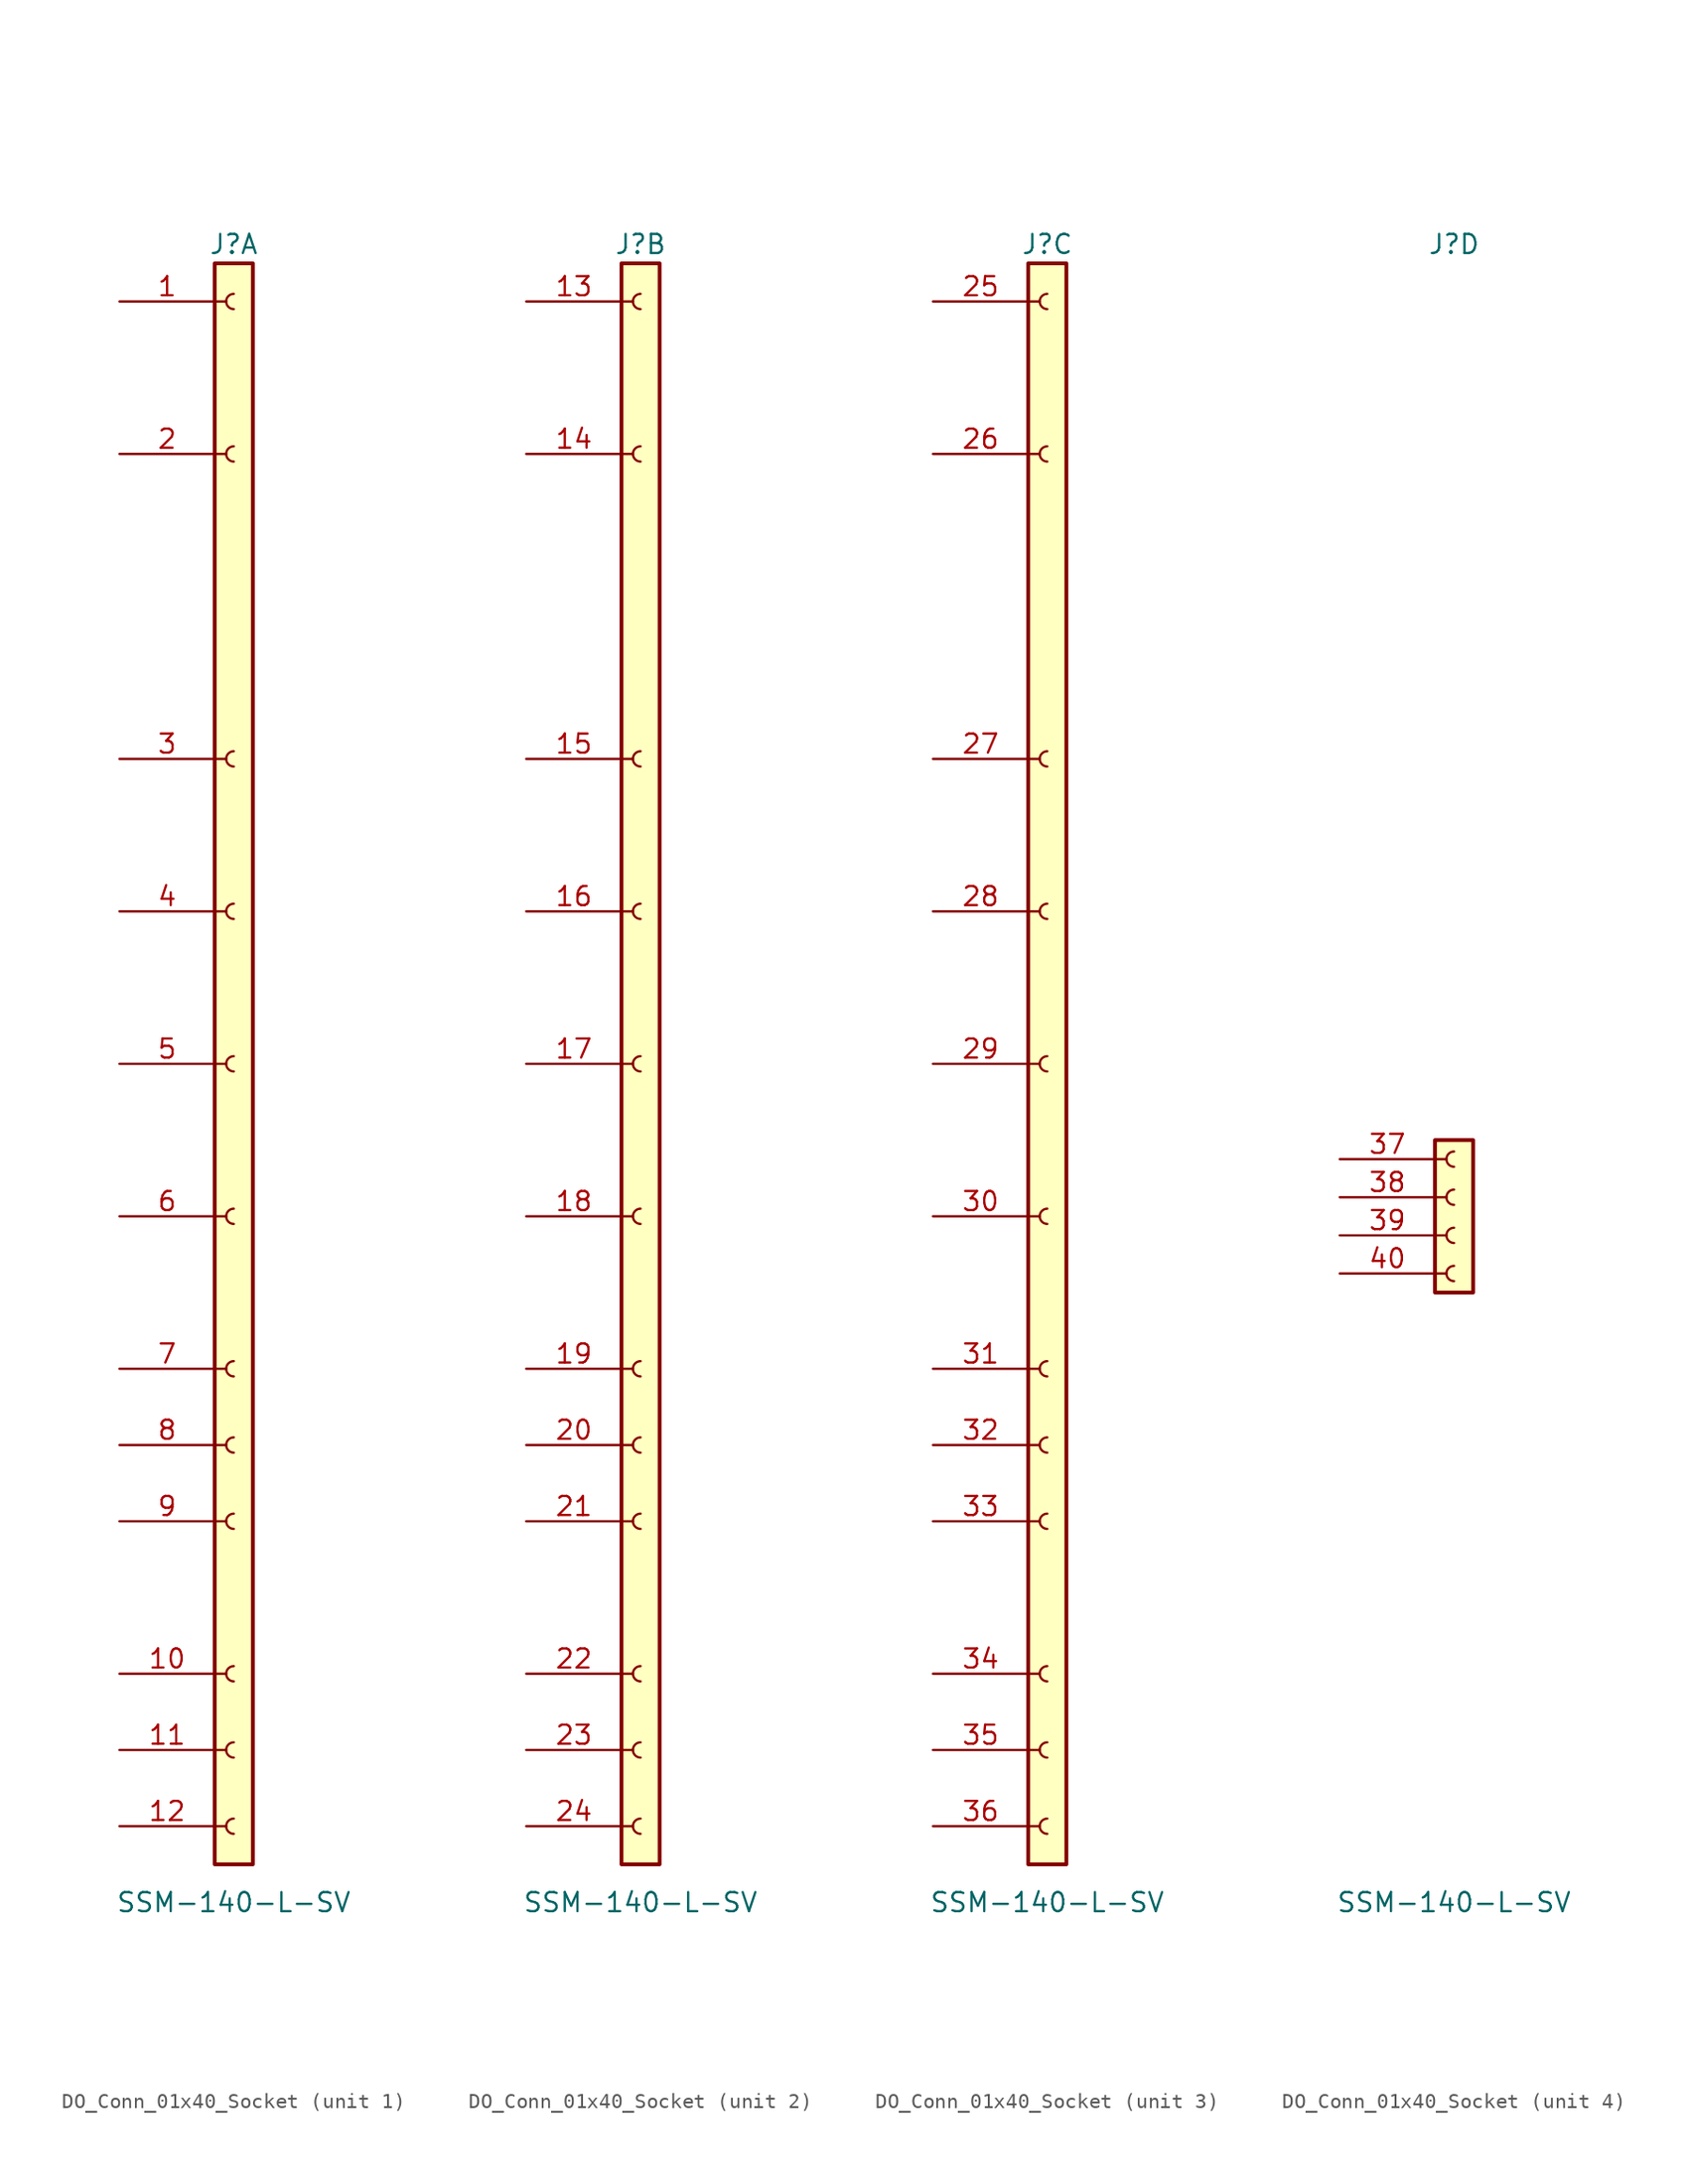
<source format=kicad_sym>
(kicad_symbol_lib
  (version 20220914)
  (generator kicad_symbol_editor)
  (symbol "DO_Conn_01x40_Socket"
    (pin_names
      (offset 1.016) hide)
    (property "Reference" "J"
      (at 0 64.77 0)
      (effects (font (size 1.27 1.27))))
    (property "Value" "SSM-140-L-SV"
      (at 0 -45.72 0)
      (effects (font (size 1.27 1.27))))
    (property "ki_locked" ""
      (at 0 0 0)
      (effects (font (size 1.27 1.27))))
    (symbol "DO_Conn_01x40_Socket_1_1"
      (rectangle (start -1.27 63.5) (end 1.27 -43.18) (stroke (width 0.254) (type default)) (fill (type background)))
      (arc (start 0 -40.132) (mid -0.5058 -40.64) (end 0 -41.148) (stroke (width 0.1524) (type default)) (fill (type none)))
      (arc (start 0 -35.052) (mid -0.5058 -35.56) (end 0 -36.068) (stroke (width 0.1524) (type default)) (fill (type none)))
      (arc (start 0 -29.972) (mid -0.5058 -30.48) (end 0 -30.988) (stroke (width 0.1524) (type default)) (fill (type none)))
      (arc (start 0 -19.812) (mid -0.5058 -20.32) (end 0 -20.828) (stroke (width 0.1524) (type default)) (fill (type none)))
      (arc (start 0 -14.732) (mid -0.5058 -15.24) (end 0 -15.748) (stroke (width 0.1524) (type default)) (fill (type none)))
      (arc (start 0 -9.652) (mid -0.5058 -10.16) (end 0 -10.668) (stroke (width 0.1524) (type default)) (fill (type none)))
      (polyline (pts (xy -1.27 -40.64) (xy -0.508 -40.64)) (stroke (width 0.152) (type default)) (fill (type none)))
      (polyline (pts (xy -1.27 -35.56) (xy -0.508 -35.56)) (stroke (width 0.152) (type default)) (fill (type none)))
      (polyline (pts (xy -1.27 -30.48) (xy -0.508 -30.48)) (stroke (width 0.152) (type default)) (fill (type none)))
      (polyline (pts (xy -1.27 -20.32) (xy -0.508 -20.32)) (stroke (width 0.152) (type default)) (fill (type none)))
      (polyline (pts (xy -1.27 -15.24) (xy -0.508 -15.24)) (stroke (width 0.152) (type default)) (fill (type none)))
      (polyline (pts (xy -1.27 -10.16) (xy -0.508 -10.16)) (stroke (width 0.152) (type default)) (fill (type none)))
      (polyline (pts (xy -1.27 0) (xy -0.508 0)) (stroke (width 0.152) (type default)) (fill (type none)))
      (polyline (pts (xy -1.27 10.16) (xy -0.508 10.16)) (stroke (width 0.152) (type default)) (fill (type none)))
      (polyline (pts (xy -1.27 20.32) (xy -0.508 20.32)) (stroke (width 0.152) (type default)) (fill (type none)))
      (polyline (pts (xy -1.27 30.48) (xy -0.508 30.48)) (stroke (width 0.152) (type default)) (fill (type none)))
      (polyline (pts (xy -1.27 50.8) (xy -0.508 50.8)) (stroke (width 0.152) (type default)) (fill (type none)))
      (polyline (pts (xy -1.27 60.96) (xy -0.508 60.96)) (stroke (width 0.152) (type default)) (fill (type none)))
      (arc (start 0 0.508) (mid -0.5058 0) (end 0 -0.508) (stroke (width 0.1524) (type default)) (fill (type none)))
      (arc (start 0 10.668) (mid -0.5058 10.16) (end 0 9.652) (stroke (width 0.1524) (type default)) (fill (type none)))
      (arc (start 0 20.828) (mid -0.5058 20.32) (end 0 19.812) (stroke (width 0.1524) (type default)) (fill (type none)))
      (arc (start 0 30.988) (mid -0.5058 30.48) (end 0 29.972) (stroke (width 0.1524) (type default)) (fill (type none)))
      (arc (start 0 51.308) (mid -0.5058 50.8) (end 0 50.292) (stroke (width 0.1524) (type default)) (fill (type none)))
      (arc (start 0 61.468) (mid -0.5058 60.96) (end 0 60.452) (stroke (width 0.1524) (type default)) (fill (type none)))
      (pin passive line (at -7.62 60.96 0) (length 6.35) (name "1" (effects (font (size 1.27 1.27)))) (number "1" (effects (font (size 1.27 1.27)))))
      (pin passive line (at -7.62 -30.48 0) (length 6.35) (name "10" (effects (font (size 1.27 1.27)))) (number "10" (effects (font (size 1.27 1.27)))))
      (pin passive line (at -7.62 -35.56 0) (length 6.35) (name "11" (effects (font (size 1.27 1.27)))) (number "11" (effects (font (size 1.27 1.27)))))
      (pin passive line (at -7.62 -40.64 0) (length 6.35) (name "12" (effects (font (size 1.27 1.27)))) (number "12" (effects (font (size 1.27 1.27)))))
      (pin passive line (at -7.62 50.8 0) (length 6.35) (name "2" (effects (font (size 1.27 1.27)))) (number "2" (effects (font (size 1.27 1.27)))))
      (pin passive line (at -7.62 30.48 0) (length 6.35) (name "3" (effects (font (size 1.27 1.27)))) (number "3" (effects (font (size 1.27 1.27)))))
      (pin passive line (at -7.62 20.32 0) (length 6.35) (name "4" (effects (font (size 1.27 1.27)))) (number "4" (effects (font (size 1.27 1.27)))))
      (pin passive line (at -7.62 10.16 0) (length 6.35) (name "5" (effects (font (size 1.27 1.27)))) (number "5" (effects (font (size 1.27 1.27)))))
      (pin passive line (at -7.62 0 0) (length 6.35) (name "6" (effects (font (size 1.27 1.27)))) (number "6" (effects (font (size 1.27 1.27)))))
      (pin passive line (at -7.62 -10.16 0) (length 6.35) (name "7" (effects (font (size 1.27 1.27)))) (number "7" (effects (font (size 1.27 1.27)))))
      (pin passive line (at -7.62 -15.24 0) (length 6.35) (name "8" (effects (font (size 1.27 1.27)))) (number "8" (effects (font (size 1.27 1.27)))))
      (pin passive line (at -7.62 -20.32 0) (length 6.35) (name "9" (effects (font (size 1.27 1.27)))) (number "9" (effects (font (size 1.27 1.27))))))
    (symbol "DO_Conn_01x40_Socket_2_1"
      (rectangle (start -1.27 63.5) (end 1.27 -43.18) (stroke (width 0.254) (type default)) (fill (type background)))
      (arc (start 0 -40.132) (mid -0.5058 -40.64) (end 0 -41.148) (stroke (width 0.1524) (type default)) (fill (type none)))
      (arc (start 0 -35.052) (mid -0.5058 -35.56) (end 0 -36.068) (stroke (width 0.1524) (type default)) (fill (type none)))
      (arc (start 0 -29.972) (mid -0.5058 -30.48) (end 0 -30.988) (stroke (width 0.1524) (type default)) (fill (type none)))
      (arc (start 0 -19.812) (mid -0.5058 -20.32) (end 0 -20.828) (stroke (width 0.1524) (type default)) (fill (type none)))
      (arc (start 0 -14.732) (mid -0.5058 -15.24) (end 0 -15.748) (stroke (width 0.1524) (type default)) (fill (type none)))
      (arc (start 0 -9.652) (mid -0.5058 -10.16) (end 0 -10.668) (stroke (width 0.1524) (type default)) (fill (type none)))
      (polyline (pts (xy -1.27 -40.64) (xy -0.508 -40.64)) (stroke (width 0.152) (type default)) (fill (type none)))
      (polyline (pts (xy -1.27 -35.56) (xy -0.508 -35.56)) (stroke (width 0.152) (type default)) (fill (type none)))
      (polyline (pts (xy -1.27 -30.48) (xy -0.508 -30.48)) (stroke (width 0.152) (type default)) (fill (type none)))
      (polyline (pts (xy -1.27 -20.32) (xy -0.508 -20.32)) (stroke (width 0.152) (type default)) (fill (type none)))
      (polyline (pts (xy -1.27 -15.24) (xy -0.508 -15.24)) (stroke (width 0.152) (type default)) (fill (type none)))
      (polyline (pts (xy -1.27 -10.16) (xy -0.508 -10.16)) (stroke (width 0.152) (type default)) (fill (type none)))
      (polyline (pts (xy -1.27 0) (xy -0.508 0)) (stroke (width 0.152) (type default)) (fill (type none)))
      (polyline (pts (xy -1.27 10.16) (xy -0.508 10.16)) (stroke (width 0.152) (type default)) (fill (type none)))
      (polyline (pts (xy -1.27 20.32) (xy -0.508 20.32)) (stroke (width 0.152) (type default)) (fill (type none)))
      (polyline (pts (xy -1.27 30.48) (xy -0.508 30.48)) (stroke (width 0.152) (type default)) (fill (type none)))
      (polyline (pts (xy -1.27 50.8) (xy -0.508 50.8)) (stroke (width 0.152) (type default)) (fill (type none)))
      (polyline (pts (xy -1.27 60.96) (xy -0.508 60.96)) (stroke (width 0.152) (type default)) (fill (type none)))
      (arc (start 0 0.508) (mid -0.5058 0) (end 0 -0.508) (stroke (width 0.1524) (type default)) (fill (type none)))
      (arc (start 0 10.668) (mid -0.5058 10.16) (end 0 9.652) (stroke (width 0.1524) (type default)) (fill (type none)))
      (arc (start 0 20.828) (mid -0.5058 20.32) (end 0 19.812) (stroke (width 0.1524) (type default)) (fill (type none)))
      (arc (start 0 30.988) (mid -0.5058 30.48) (end 0 29.972) (stroke (width 0.1524) (type default)) (fill (type none)))
      (arc (start 0 51.308) (mid -0.5058 50.8) (end 0 50.292) (stroke (width 0.1524) (type default)) (fill (type none)))
      (arc (start 0 61.468) (mid -0.5058 60.96) (end 0 60.452) (stroke (width 0.1524) (type default)) (fill (type none)))
      (pin passive line (at -7.62 60.96 0) (length 6.35) (name "13" (effects (font (size 1.27 1.27)))) (number "13" (effects (font (size 1.27 1.27)))))
      (pin passive line (at -7.62 50.8 0) (length 6.35) (name "14" (effects (font (size 1.27 1.27)))) (number "14" (effects (font (size 1.27 1.27)))))
      (pin passive line (at -7.62 30.48 0) (length 6.35) (name "15" (effects (font (size 1.27 1.27)))) (number "15" (effects (font (size 1.27 1.27)))))
      (pin passive line (at -7.62 20.32 0) (length 6.35) (name "16" (effects (font (size 1.27 1.27)))) (number "16" (effects (font (size 1.27 1.27)))))
      (pin passive line (at -7.62 10.16 0) (length 6.35) (name "17" (effects (font (size 1.27 1.27)))) (number "17" (effects (font (size 1.27 1.27)))))
      (pin passive line (at -7.62 0 0) (length 6.35) (name "18" (effects (font (size 1.27 1.27)))) (number "18" (effects (font (size 1.27 1.27)))))
      (pin passive line (at -7.62 -10.16 0) (length 6.35) (name "19" (effects (font (size 1.27 1.27)))) (number "19" (effects (font (size 1.27 1.27)))))
      (pin passive line (at -7.62 -15.24 0) (length 6.35) (name "20" (effects (font (size 1.27 1.27)))) (number "20" (effects (font (size 1.27 1.27)))))
      (pin passive line (at -7.62 -20.32 0) (length 6.35) (name "21" (effects (font (size 1.27 1.27)))) (number "21" (effects (font (size 1.27 1.27)))))
      (pin passive line (at -7.62 -30.48 0) (length 6.35) (name "22" (effects (font (size 1.27 1.27)))) (number "22" (effects (font (size 1.27 1.27)))))
      (pin passive line (at -7.62 -35.56 0) (length 6.35) (name "23" (effects (font (size 1.27 1.27)))) (number "23" (effects (font (size 1.27 1.27)))))
      (pin passive line (at -7.62 -40.64 0) (length 6.35) (name "24" (effects (font (size 1.27 1.27)))) (number "24" (effects (font (size 1.27 1.27))))))
    (symbol "DO_Conn_01x40_Socket_3_1"
      (rectangle (start -1.27 63.5) (end 1.27 -43.18) (stroke (width 0.254) (type default)) (fill (type background)))
      (arc (start 0 -40.132) (mid -0.5058 -40.64) (end 0 -41.148) (stroke (width 0.1524) (type default)) (fill (type none)))
      (arc (start 0 -35.052) (mid -0.5058 -35.56) (end 0 -36.068) (stroke (width 0.1524) (type default)) (fill (type none)))
      (arc (start 0 -29.972) (mid -0.5058 -30.48) (end 0 -30.988) (stroke (width 0.1524) (type default)) (fill (type none)))
      (arc (start 0 -19.812) (mid -0.5058 -20.32) (end 0 -20.828) (stroke (width 0.1524) (type default)) (fill (type none)))
      (arc (start 0 -14.732) (mid -0.5058 -15.24) (end 0 -15.748) (stroke (width 0.1524) (type default)) (fill (type none)))
      (arc (start 0 -9.652) (mid -0.5058 -10.16) (end 0 -10.668) (stroke (width 0.1524) (type default)) (fill (type none)))
      (polyline (pts (xy -1.27 -40.64) (xy -0.508 -40.64)) (stroke (width 0.152) (type default)) (fill (type none)))
      (polyline (pts (xy -1.27 -35.56) (xy -0.508 -35.56)) (stroke (width 0.152) (type default)) (fill (type none)))
      (polyline (pts (xy -1.27 -30.48) (xy -0.508 -30.48)) (stroke (width 0.152) (type default)) (fill (type none)))
      (polyline (pts (xy -1.27 -20.32) (xy -0.508 -20.32)) (stroke (width 0.152) (type default)) (fill (type none)))
      (polyline (pts (xy -1.27 -15.24) (xy -0.508 -15.24)) (stroke (width 0.152) (type default)) (fill (type none)))
      (polyline (pts (xy -1.27 -10.16) (xy -0.508 -10.16)) (stroke (width 0.152) (type default)) (fill (type none)))
      (polyline (pts (xy -1.27 0) (xy -0.508 0)) (stroke (width 0.152) (type default)) (fill (type none)))
      (polyline (pts (xy -1.27 10.16) (xy -0.508 10.16)) (stroke (width 0.152) (type default)) (fill (type none)))
      (polyline (pts (xy -1.27 20.32) (xy -0.508 20.32)) (stroke (width 0.152) (type default)) (fill (type none)))
      (polyline (pts (xy -1.27 30.48) (xy -0.508 30.48)) (stroke (width 0.152) (type default)) (fill (type none)))
      (polyline (pts (xy -1.27 50.8) (xy -0.508 50.8)) (stroke (width 0.152) (type default)) (fill (type none)))
      (polyline (pts (xy -1.27 60.96) (xy -0.508 60.96)) (stroke (width 0.152) (type default)) (fill (type none)))
      (arc (start 0 0.508) (mid -0.5058 0) (end 0 -0.508) (stroke (width 0.1524) (type default)) (fill (type none)))
      (arc (start 0 10.668) (mid -0.5058 10.16) (end 0 9.652) (stroke (width 0.1524) (type default)) (fill (type none)))
      (arc (start 0 20.828) (mid -0.5058 20.32) (end 0 19.812) (stroke (width 0.1524) (type default)) (fill (type none)))
      (arc (start 0 30.988) (mid -0.5058 30.48) (end 0 29.972) (stroke (width 0.1524) (type default)) (fill (type none)))
      (arc (start 0 51.308) (mid -0.5058 50.8) (end 0 50.292) (stroke (width 0.1524) (type default)) (fill (type none)))
      (arc (start 0 61.468) (mid -0.5058 60.96) (end 0 60.452) (stroke (width 0.1524) (type default)) (fill (type none)))
      (pin passive line (at -7.62 60.96 0) (length 6.35) (name "25" (effects (font (size 1.27 1.27)))) (number "25" (effects (font (size 1.27 1.27)))))
      (pin passive line (at -7.62 50.8 0) (length 6.35) (name "26" (effects (font (size 1.27 1.27)))) (number "26" (effects (font (size 1.27 1.27)))))
      (pin passive line (at -7.62 30.48 0) (length 6.35) (name "27" (effects (font (size 1.27 1.27)))) (number "27" (effects (font (size 1.27 1.27)))))
      (pin passive line (at -7.62 20.32 0) (length 6.35) (name "28" (effects (font (size 1.27 1.27)))) (number "28" (effects (font (size 1.27 1.27)))))
      (pin passive line (at -7.62 10.16 0) (length 6.35) (name "29" (effects (font (size 1.27 1.27)))) (number "29" (effects (font (size 1.27 1.27)))))
      (pin passive line (at -7.62 0 0) (length 6.35) (name "30" (effects (font (size 1.27 1.27)))) (number "30" (effects (font (size 1.27 1.27)))))
      (pin passive line (at -7.62 -10.16 0) (length 6.35) (name "31" (effects (font (size 1.27 1.27)))) (number "31" (effects (font (size 1.27 1.27)))))
      (pin passive line (at -7.62 -15.24 0) (length 6.35) (name "32" (effects (font (size 1.27 1.27)))) (number "32" (effects (font (size 1.27 1.27)))))
      (pin passive line (at -7.62 -20.32 0) (length 6.35) (name "33" (effects (font (size 1.27 1.27)))) (number "33" (effects (font (size 1.27 1.27)))))
      (pin passive line (at -7.62 -30.48 0) (length 6.35) (name "34" (effects (font (size 1.27 1.27)))) (number "34" (effects (font (size 1.27 1.27)))))
      (pin passive line (at -7.62 -35.56 0) (length 6.35) (name "35" (effects (font (size 1.27 1.27)))) (number "35" (effects (font (size 1.27 1.27)))))
      (pin passive line (at -7.62 -40.64 0) (length 6.35) (name "36" (effects (font (size 1.27 1.27)))) (number "36" (effects (font (size 1.27 1.27))))))
    (symbol "DO_Conn_01x40_Socket_4_1"
      (rectangle (start -1.27 5.08) (end 1.27 -5.08) (stroke (width 0.254) (type default)) (fill (type background)))
      (arc (start 0 -3.302) (mid -0.5058 -3.81) (end 0 -4.318) (stroke (width 0.1524) (type default)) (fill (type none)))
      (arc (start 0 -0.762) (mid -0.506 -1.27) (end 0 -1.778) (stroke (width 0.1524) (type default)) (fill (type none)))
      (polyline (pts (xy -1.27 -3.81) (xy -0.508 -3.81)) (stroke (width 0.152) (type default)) (fill (type none)))
      (polyline (pts (xy -1.27 -1.27) (xy -0.508 -1.27)) (stroke (width 0.152) (type default)) (fill (type none)))
      (polyline (pts (xy -1.27 1.27) (xy -0.508 1.27)) (stroke (width 0.152) (type default)) (fill (type none)))
      (polyline (pts (xy -1.27 3.81) (xy -0.508 3.81)) (stroke (width 0.152) (type default)) (fill (type none)))
      (arc (start 0 1.778) (mid -0.506 1.27) (end 0 0.762) (stroke (width 0.1524) (type default)) (fill (type none)))
      (arc (start 0 4.318) (mid -0.506 3.81) (end 0 3.302) (stroke (width 0.1524) (type default)) (fill (type none)))
      (pin passive line (at -7.62 3.81 0) (length 6.35) (name "37" (effects (font (size 1.27 1.27)))) (number "37" (effects (font (size 1.27 1.27)))))
      (pin passive line (at -7.62 1.27 0) (length 6.35) (name "38" (effects (font (size 1.27 1.27)))) (number "38" (effects (font (size 1.27 1.27)))))
      (pin passive line (at -7.62 -1.27 0) (length 6.35) (name "39" (effects (font (size 1.27 1.27)))) (number "39" (effects (font (size 1.27 1.27)))))
      (pin passive line (at -7.62 -3.81 0) (length 6.35) (name "40" (effects (font (size 1.27 1.27)))) (number "40" (effects (font (size 1.27 1.27))))))))
</source>
